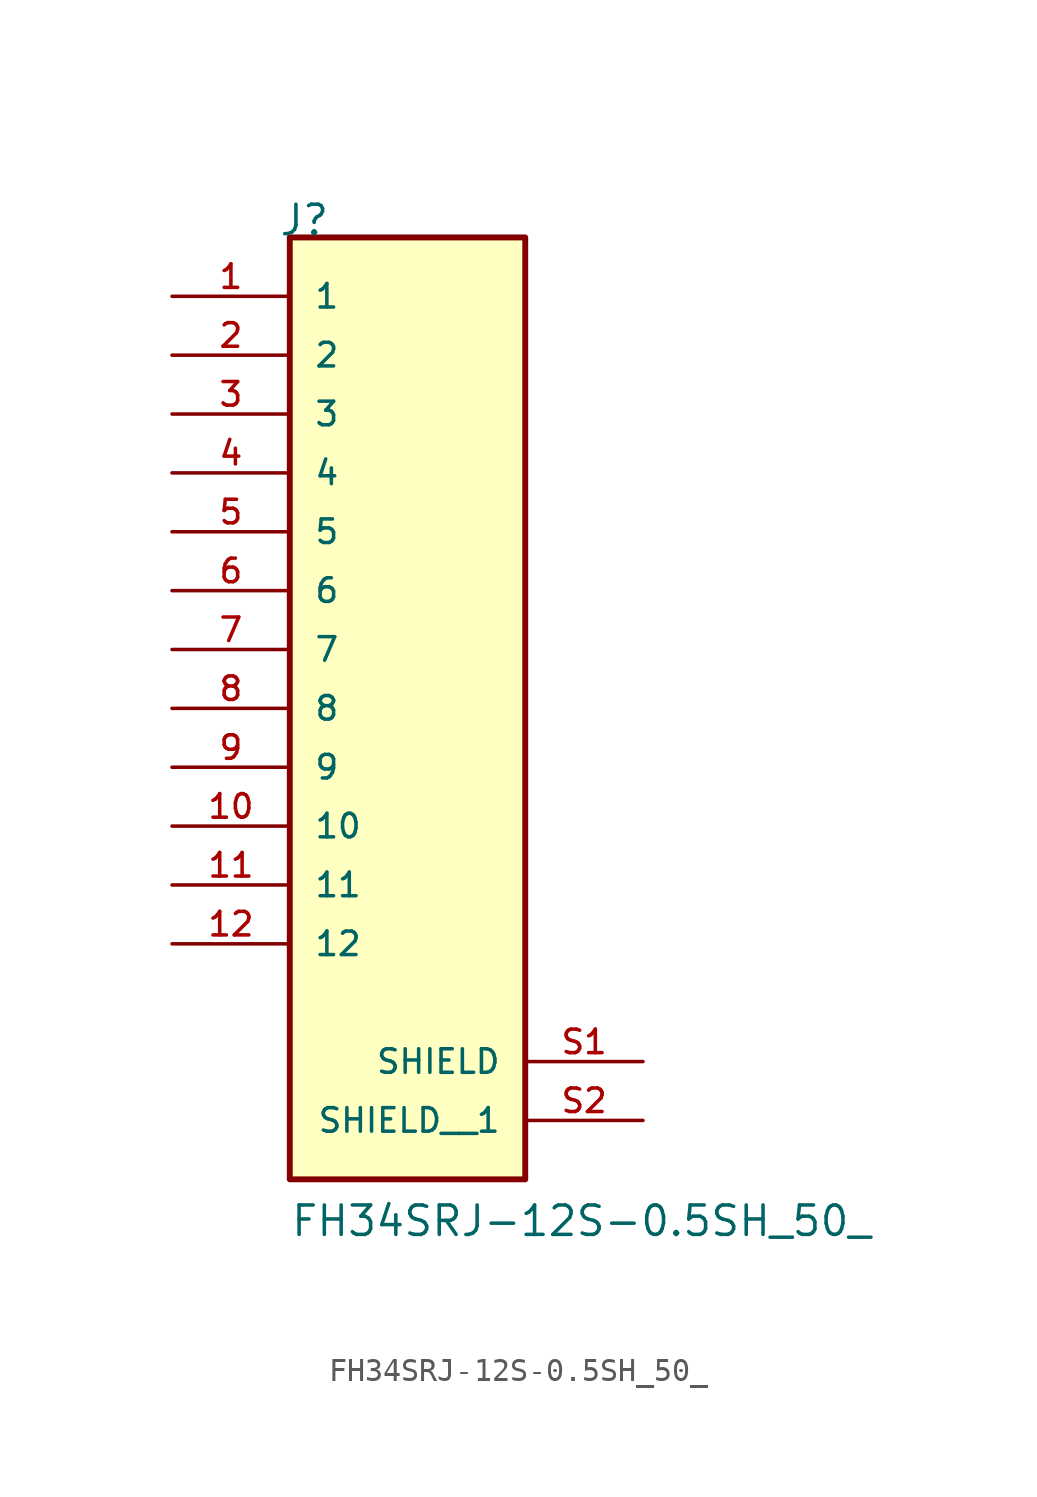
<source format=kicad_sym>
(kicad_symbol_lib
  (version 20211014)
  (generator kicad_symbol_editor)
  (symbol "FH34SRJ-12S-0.5SH_50_"
    (pin_names
      (offset 1.016))
    (property "Reference" "J"
      (at -5.58 17.78 0)
      (effects (font (size 1.27 1.27)) (justify bottom left)))
    (property "Value" "FH34SRJ-12S-0.5SH_50_"
      (at -5.08 -25.4 0)
      (effects (font (size 1.27 1.27)) (justify bottom left)))
    (symbol "FH34SRJ-12S-0.5SH_50__0_0"
      (rectangle (start -5.08 -22.86) (end 5.08 17.78) (stroke (width 0.254)) (fill (type background)))
      (pin passive line (at -10.16 15.24 0) (length 5.08) (name "1" (effects (font (size 1.016 1.016)))) (number "1" (effects (font (size 1.016 1.016)))))
      (pin passive line (at -10.16 12.7 0) (length 5.08) (name "2" (effects (font (size 1.016 1.016)))) (number "2" (effects (font (size 1.016 1.016)))))
      (pin passive line (at -10.16 10.16 0) (length 5.08) (name "3" (effects (font (size 1.016 1.016)))) (number "3" (effects (font (size 1.016 1.016)))))
      (pin passive line (at -10.16 7.62 0) (length 5.08) (name "4" (effects (font (size 1.016 1.016)))) (number "4" (effects (font (size 1.016 1.016)))))
      (pin passive line (at -10.16 5.08 0) (length 5.08) (name "5" (effects (font (size 1.016 1.016)))) (number "5" (effects (font (size 1.016 1.016)))))
      (pin passive line (at -10.16 2.54 0) (length 5.08) (name "6" (effects (font (size 1.016 1.016)))) (number "6" (effects (font (size 1.016 1.016)))))
      (pin passive line (at -10.16 0.0 0) (length 5.08) (name "7" (effects (font (size 1.016 1.016)))) (number "7" (effects (font (size 1.016 1.016)))))
      (pin passive line (at -10.16 -2.54 0) (length 5.08) (name "8" (effects (font (size 1.016 1.016)))) (number "8" (effects (font (size 1.016 1.016)))))
      (pin passive line (at -10.16 -5.08 0) (length 5.08) (name "9" (effects (font (size 1.016 1.016)))) (number "9" (effects (font (size 1.016 1.016)))))
      (pin passive line (at -10.16 -7.62 0) (length 5.08) (name "10" (effects (font (size 1.016 1.016)))) (number "10" (effects (font (size 1.016 1.016)))))
      (pin passive line (at -10.16 -10.16 0) (length 5.08) (name "11" (effects (font (size 1.016 1.016)))) (number "11" (effects (font (size 1.016 1.016)))))
      (pin passive line (at -10.16 -12.7 0) (length 5.08) (name "12" (effects (font (size 1.016 1.016)))) (number "12" (effects (font (size 1.016 1.016)))))
      (pin passive line (at 10.16 -17.78 180.0) (length 5.08) (name "SHIELD" (effects (font (size 1.016 1.016)))) (number "S1" (effects (font (size 1.016 1.016)))))
      (pin passive line (at 10.16 -20.32 180.0) (length 5.08) (name "SHIELD__1" (effects (font (size 1.016 1.016)))) (number "S2" (effects (font (size 1.016 1.016))))))))
</source>
